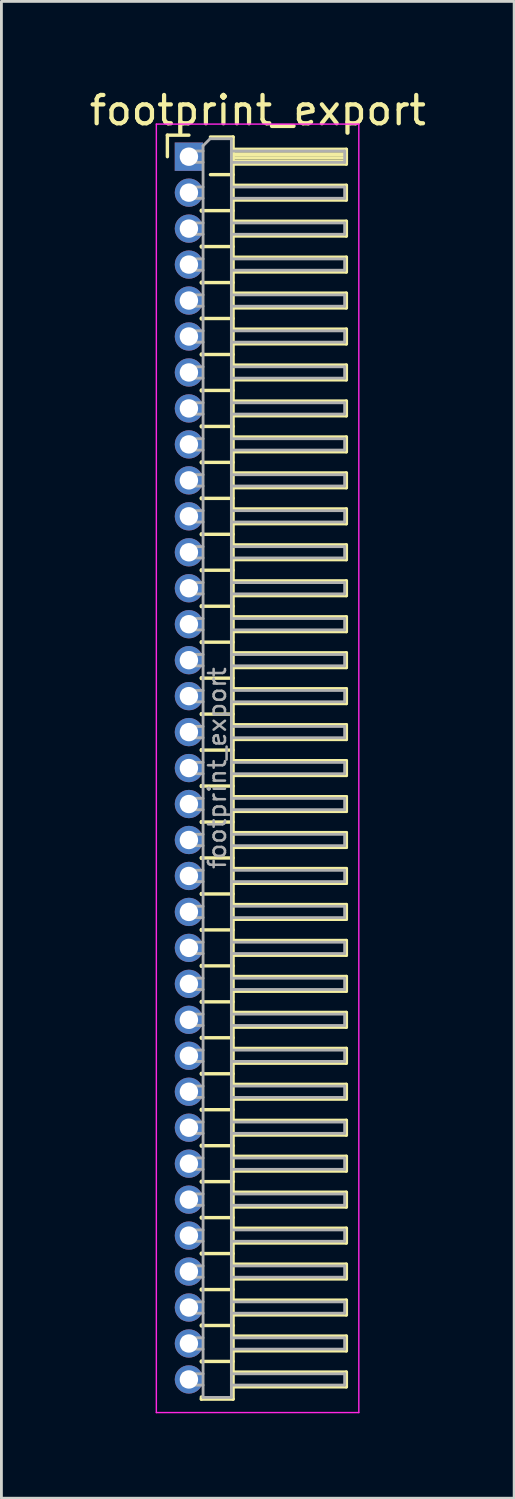
<source format=kicad_pcb>
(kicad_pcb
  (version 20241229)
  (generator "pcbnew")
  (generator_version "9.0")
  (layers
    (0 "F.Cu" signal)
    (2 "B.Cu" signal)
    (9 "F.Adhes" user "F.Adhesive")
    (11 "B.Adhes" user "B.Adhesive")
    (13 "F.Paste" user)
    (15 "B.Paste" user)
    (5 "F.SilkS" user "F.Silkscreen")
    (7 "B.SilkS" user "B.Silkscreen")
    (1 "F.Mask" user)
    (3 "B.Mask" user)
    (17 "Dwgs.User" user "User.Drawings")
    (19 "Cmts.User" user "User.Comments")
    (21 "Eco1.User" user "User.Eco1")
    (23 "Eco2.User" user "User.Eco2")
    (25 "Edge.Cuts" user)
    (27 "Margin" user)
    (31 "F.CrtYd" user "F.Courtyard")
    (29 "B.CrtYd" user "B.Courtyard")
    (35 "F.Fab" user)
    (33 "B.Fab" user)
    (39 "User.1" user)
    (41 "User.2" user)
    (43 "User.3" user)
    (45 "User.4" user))
  (footprint "footprint_export"
    (layer "F.Cu")
    (at 3.621 2.483)
    (property "Reference" "footprint_export" (at 2.433 -1.635 0) (layer "F.SilkS") (effects (font (size 1 1) (thickness 0.15))))
    (attr through_hole)
    (fp_line (start -0.76 -0.76) (end 0 -0.76) (stroke (width 0.12) (type solid)) (layer "F.SilkS"))
    (fp_line (start -0.76 0) (end -0.76 -0.76) (stroke (width 0.12) (type solid)) (layer "F.SilkS"))
    (fp_line (start 0.44 1.89) (end 0.44 1.92) (stroke (width 0.12) (type solid)) (layer "F.SilkS"))
    (fp_line (start 0.44 1.905) (end 1.56 1.905) (stroke (width 0.12) (type solid)) (layer "F.SilkS"))
    (fp_line (start 0.44 3.16) (end 0.44 3.19) (stroke (width 0.12) (type solid)) (layer "F.SilkS"))
    (fp_line (start 0.44 3.175) (end 1.56 3.175) (stroke (width 0.12) (type solid)) (layer "F.SilkS"))
    (fp_line (start 0.44 4.43) (end 0.44 4.46) (stroke (width 0.12) (type solid)) (layer "F.SilkS"))
    (fp_line (start 0.44 4.445) (end 1.56 4.445) (stroke (width 0.12) (type solid)) (layer "F.SilkS"))
    (fp_line (start 0.44 5.7) (end 0.44 5.73) (stroke (width 0.12) (type solid)) (layer "F.SilkS"))
    (fp_line (start 0.44 5.715) (end 1.56 5.715) (stroke (width 0.12) (type solid)) (layer "F.SilkS"))
    (fp_line (start 0.44 6.97) (end 0.44 7) (stroke (width 0.12) (type solid)) (layer "F.SilkS"))
    (fp_line (start 0.44 6.985) (end 1.56 6.985) (stroke (width 0.12) (type solid)) (layer "F.SilkS"))
    (fp_line (start 0.44 8.24) (end 0.44 8.27) (stroke (width 0.12) (type solid)) (layer "F.SilkS"))
    (fp_line (start 0.44 8.255) (end 1.56 8.255) (stroke (width 0.12) (type solid)) (layer "F.SilkS"))
    (fp_line (start 0.44 9.51) (end 0.44 9.54) (stroke (width 0.12) (type solid)) (layer "F.SilkS"))
    (fp_line (start 0.44 9.525) (end 1.56 9.525) (stroke (width 0.12) (type solid)) (layer "F.SilkS"))
    (fp_line (start 0.44 10.78) (end 0.44 10.81) (stroke (width 0.12) (type solid)) (layer "F.SilkS"))
    (fp_line (start 0.44 10.795) (end 1.56 10.795) (stroke (width 0.12) (type solid)) (layer "F.SilkS"))
    (fp_line (start 0.44 12.05) (end 0.44 12.08) (stroke (width 0.12) (type solid)) (layer "F.SilkS"))
    (fp_line (start 0.44 12.065) (end 1.56 12.065) (stroke (width 0.12) (type solid)) (layer "F.SilkS"))
    (fp_line (start 0.44 13.32) (end 0.44 13.35) (stroke (width 0.12) (type solid)) (layer "F.SilkS"))
    (fp_line (start 0.44 13.335) (end 1.56 13.335) (stroke (width 0.12) (type solid)) (layer "F.SilkS"))
    (fp_line (start 0.44 14.59) (end 0.44 14.62) (stroke (width 0.12) (type solid)) (layer "F.SilkS"))
    (fp_line (start 0.44 14.605) (end 1.56 14.605) (stroke (width 0.12) (type solid)) (layer "F.SilkS"))
    (fp_line (start 0.44 15.86) (end 0.44 15.89) (stroke (width 0.12) (type solid)) (layer "F.SilkS"))
    (fp_line (start 0.44 15.875) (end 1.56 15.875) (stroke (width 0.12) (type solid)) (layer "F.SilkS"))
    (fp_line (start 0.44 17.13) (end 0.44 17.16) (stroke (width 0.12) (type solid)) (layer "F.SilkS"))
    (fp_line (start 0.44 17.145) (end 1.56 17.145) (stroke (width 0.12) (type solid)) (layer "F.SilkS"))
    (fp_line (start 0.44 18.4) (end 0.44 18.43) (stroke (width 0.12) (type solid)) (layer "F.SilkS"))
    (fp_line (start 0.44 18.415) (end 1.56 18.415) (stroke (width 0.12) (type solid)) (layer "F.SilkS"))
    (fp_line (start 0.44 19.67) (end 0.44 19.7) (stroke (width 0.12) (type solid)) (layer "F.SilkS"))
    (fp_line (start 0.44 19.685) (end 1.56 19.685) (stroke (width 0.12) (type solid)) (layer "F.SilkS"))
    (fp_line (start 0.44 20.94) (end 0.44 20.97) (stroke (width 0.12) (type solid)) (layer "F.SilkS"))
    (fp_line (start 0.44 20.955) (end 1.56 20.955) (stroke (width 0.12) (type solid)) (layer "F.SilkS"))
    (fp_line (start 0.44 22.21) (end 0.44 22.24) (stroke (width 0.12) (type solid)) (layer "F.SilkS"))
    (fp_line (start 0.44 22.225) (end 1.56 22.225) (stroke (width 0.12) (type solid)) (layer "F.SilkS"))
    (fp_line (start 0.44 23.48) (end 0.44 23.51) (stroke (width 0.12) (type solid)) (layer "F.SilkS"))
    (fp_line (start 0.44 23.495) (end 1.56 23.495) (stroke (width 0.12) (type solid)) (layer "F.SilkS"))
    (fp_line (start 0.44 24.75) (end 0.44 24.78) (stroke (width 0.12) (type solid)) (layer "F.SilkS"))
    (fp_line (start 0.44 24.765) (end 1.56 24.765) (stroke (width 0.12) (type solid)) (layer "F.SilkS"))
    (fp_line (start 0.44 26.02) (end 0.44 26.05) (stroke (width 0.12) (type solid)) (layer "F.SilkS"))
    (fp_line (start 0.44 26.035) (end 1.56 26.035) (stroke (width 0.12) (type solid)) (layer "F.SilkS"))
    (fp_line (start 0.44 27.29) (end 0.44 27.32) (stroke (width 0.12) (type solid)) (layer "F.SilkS"))
    (fp_line (start 0.44 27.305) (end 1.56 27.305) (stroke (width 0.12) (type solid)) (layer "F.SilkS"))
    (fp_line (start 0.44 28.56) (end 0.44 28.59) (stroke (width 0.12) (type solid)) (layer "F.SilkS"))
    (fp_line (start 0.44 28.575) (end 1.56 28.575) (stroke (width 0.12) (type solid)) (layer "F.SilkS"))
    (fp_line (start 0.44 29.83) (end 0.44 29.86) (stroke (width 0.12) (type solid)) (layer "F.SilkS"))
    (fp_line (start 0.44 29.845) (end 1.56 29.845) (stroke (width 0.12) (type solid)) (layer "F.SilkS"))
    (fp_line (start 0.44 31.1) (end 0.44 31.13) (stroke (width 0.12) (type solid)) (layer "F.SilkS"))
    (fp_line (start 0.44 31.115) (end 1.56 31.115) (stroke (width 0.12) (type solid)) (layer "F.SilkS"))
    (fp_line (start 0.44 32.37) (end 0.44 32.4) (stroke (width 0.12) (type solid)) (layer "F.SilkS"))
    (fp_line (start 0.44 32.385) (end 1.56 32.385) (stroke (width 0.12) (type solid)) (layer "F.SilkS"))
    (fp_line (start 0.44 33.64) (end 0.44 33.67) (stroke (width 0.12) (type solid)) (layer "F.SilkS"))
    (fp_line (start 0.44 33.655) (end 1.56 33.655) (stroke (width 0.12) (type solid)) (layer "F.SilkS"))
    (fp_line (start 0.44 34.91) (end 0.44 34.94) (stroke (width 0.12) (type solid)) (layer "F.SilkS"))
    (fp_line (start 0.44 34.925) (end 1.56 34.925) (stroke (width 0.12) (type solid)) (layer "F.SilkS"))
    (fp_line (start 0.44 36.18) (end 0.44 36.21) (stroke (width 0.12) (type solid)) (layer "F.SilkS"))
    (fp_line (start 0.44 36.195) (end 1.56 36.195) (stroke (width 0.12) (type solid)) (layer "F.SilkS"))
    (fp_line (start 0.44 37.45) (end 0.44 37.48) (stroke (width 0.12) (type solid)) (layer "F.SilkS"))
    (fp_line (start 0.44 37.465) (end 1.56 37.465) (stroke (width 0.12) (type solid)) (layer "F.SilkS"))
    (fp_line (start 0.44 38.72) (end 0.44 38.75) (stroke (width 0.12) (type solid)) (layer "F.SilkS"))
    (fp_line (start 0.44 38.735) (end 1.56 38.735) (stroke (width 0.12) (type solid)) (layer "F.SilkS"))
    (fp_line (start 0.44 39.99) (end 0.44 40.02) (stroke (width 0.12) (type solid)) (layer "F.SilkS"))
    (fp_line (start 0.44 40.005) (end 1.56 40.005) (stroke (width 0.12) (type solid)) (layer "F.SilkS"))
    (fp_line (start 0.44 41.26) (end 0.44 41.29) (stroke (width 0.12) (type solid)) (layer "F.SilkS"))
    (fp_line (start 0.44 41.275) (end 1.56 41.275) (stroke (width 0.12) (type solid)) (layer "F.SilkS"))
    (fp_line (start 0.44 42.53) (end 0.44 42.56) (stroke (width 0.12) (type solid)) (layer "F.SilkS"))
    (fp_line (start 0.44 42.545) (end 1.56 42.545) (stroke (width 0.12) (type solid)) (layer "F.SilkS"))
    (fp_line (start 0.44 43.875) (end 0.44 43.8) (stroke (width 0.12) (type solid)) (layer "F.SilkS"))
    (fp_line (start 0.76 -0.695) (end 1.56 -0.695) (stroke (width 0.12) (type solid)) (layer "F.SilkS"))
    (fp_line (start 0.76 0.635) (end 1.56 0.635) (stroke (width 0.12) (type solid)) (layer "F.SilkS"))
    (fp_line (start 1.56 -0.695) (end 1.56 43.875) (stroke (width 0.12) (type solid)) (layer "F.SilkS"))
    (fp_line (start 1.56 -0.26) (end 5.56 -0.26) (stroke (width 0.12) (type solid)) (layer "F.SilkS"))
    (fp_line (start 1.56 -0.2) (end 5.56 -0.2) (stroke (width 0.12) (type solid)) (layer "F.SilkS"))
    (fp_line (start 1.56 -0.08) (end 5.56 -0.08) (stroke (width 0.12) (type solid)) (layer "F.SilkS"))
    (fp_line (start 1.56 0.04) (end 5.56 0.04) (stroke (width 0.12) (type solid)) (layer "F.SilkS"))
    (fp_line (start 1.56 0.16) (end 5.56 0.16) (stroke (width 0.12) (type solid)) (layer "F.SilkS"))
    (fp_line (start 1.56 1.01) (end 5.56 1.01) (stroke (width 0.12) (type solid)) (layer "F.SilkS"))
    (fp_line (start 1.56 2.28) (end 5.56 2.28) (stroke (width 0.12) (type solid)) (layer "F.SilkS"))
    (fp_line (start 1.56 3.55) (end 5.56 3.55) (stroke (width 0.12) (type solid)) (layer "F.SilkS"))
    (fp_line (start 1.56 4.82) (end 5.56 4.82) (stroke (width 0.12) (type solid)) (layer "F.SilkS"))
    (fp_line (start 1.56 6.09) (end 5.56 6.09) (stroke (width 0.12) (type solid)) (layer "F.SilkS"))
    (fp_line (start 1.56 7.36) (end 5.56 7.36) (stroke (width 0.12) (type solid)) (layer "F.SilkS"))
    (fp_line (start 1.56 8.63) (end 5.56 8.63) (stroke (width 0.12) (type solid)) (layer "F.SilkS"))
    (fp_line (start 1.56 9.9) (end 5.56 9.9) (stroke (width 0.12) (type solid)) (layer "F.SilkS"))
    (fp_line (start 1.56 11.17) (end 5.56 11.17) (stroke (width 0.12) (type solid)) (layer "F.SilkS"))
    (fp_line (start 1.56 12.44) (end 5.56 12.44) (stroke (width 0.12) (type solid)) (layer "F.SilkS"))
    (fp_line (start 1.56 13.71) (end 5.56 13.71) (stroke (width 0.12) (type solid)) (layer "F.SilkS"))
    (fp_line (start 1.56 14.98) (end 5.56 14.98) (stroke (width 0.12) (type solid)) (layer "F.SilkS"))
    (fp_line (start 1.56 16.25) (end 5.56 16.25) (stroke (width 0.12) (type solid)) (layer "F.SilkS"))
    (fp_line (start 1.56 17.52) (end 5.56 17.52) (stroke (width 0.12) (type solid)) (layer "F.SilkS"))
    (fp_line (start 1.56 18.79) (end 5.56 18.79) (stroke (width 0.12) (type solid)) (layer "F.SilkS"))
    (fp_line (start 1.56 20.06) (end 5.56 20.06) (stroke (width 0.12) (type solid)) (layer "F.SilkS"))
    (fp_line (start 1.56 21.33) (end 5.56 21.33) (stroke (width 0.12) (type solid)) (layer "F.SilkS"))
    (fp_line (start 1.56 22.6) (end 5.56 22.6) (stroke (width 0.12) (type solid)) (layer "F.SilkS"))
    (fp_line (start 1.56 23.87) (end 5.56 23.87) (stroke (width 0.12) (type solid)) (layer "F.SilkS"))
    (fp_line (start 1.56 25.14) (end 5.56 25.14) (stroke (width 0.12) (type solid)) (layer "F.SilkS"))
    (fp_line (start 1.56 26.41) (end 5.56 26.41) (stroke (width 0.12) (type solid)) (layer "F.SilkS"))
    (fp_line (start 1.56 27.68) (end 5.56 27.68) (stroke (width 0.12) (type solid)) (layer "F.SilkS"))
    (fp_line (start 1.56 28.95) (end 5.56 28.95) (stroke (width 0.12) (type solid)) (layer "F.SilkS"))
    (fp_line (start 1.56 30.22) (end 5.56 30.22) (stroke (width 0.12) (type solid)) (layer "F.SilkS"))
    (fp_line (start 1.56 31.49) (end 5.56 31.49) (stroke (width 0.12) (type solid)) (layer "F.SilkS"))
    (fp_line (start 1.56 32.76) (end 5.56 32.76) (stroke (width 0.12) (type solid)) (layer "F.SilkS"))
    (fp_line (start 1.56 34.03) (end 5.56 34.03) (stroke (width 0.12) (type solid)) (layer "F.SilkS"))
    (fp_line (start 1.56 35.3) (end 5.56 35.3) (stroke (width 0.12) (type solid)) (layer "F.SilkS"))
    (fp_line (start 1.56 36.57) (end 5.56 36.57) (stroke (width 0.12) (type solid)) (layer "F.SilkS"))
    (fp_line (start 1.56 37.84) (end 5.56 37.84) (stroke (width 0.12) (type solid)) (layer "F.SilkS"))
    (fp_line (start 1.56 39.11) (end 5.56 39.11) (stroke (width 0.12) (type solid)) (layer "F.SilkS"))
    (fp_line (start 1.56 40.38) (end 5.56 40.38) (stroke (width 0.12) (type solid)) (layer "F.SilkS"))
    (fp_line (start 1.56 41.65) (end 5.56 41.65) (stroke (width 0.12) (type solid)) (layer "F.SilkS"))
    (fp_line (start 1.56 42.92) (end 5.56 42.92) (stroke (width 0.12) (type solid)) (layer "F.SilkS"))
    (fp_line (start 1.56 43.875) (end 0.44 43.875) (stroke (width 0.12) (type solid)) (layer "F.SilkS"))
    (fp_line (start 5.56 -0.26) (end 5.56 0.26) (stroke (width 0.12) (type solid)) (layer "F.SilkS"))
    (fp_line (start 5.56 0.26) (end 1.56 0.26) (stroke (width 0.12) (type solid)) (layer "F.SilkS"))
    (fp_line (start 5.56 1.01) (end 5.56 1.53) (stroke (width 0.12) (type solid)) (layer "F.SilkS"))
    (fp_line (start 5.56 1.53) (end 1.56 1.53) (stroke (width 0.12) (type solid)) (layer "F.SilkS"))
    (fp_line (start 5.56 2.28) (end 5.56 2.8) (stroke (width 0.12) (type solid)) (layer "F.SilkS"))
    (fp_line (start 5.56 2.8) (end 1.56 2.8) (stroke (width 0.12) (type solid)) (layer "F.SilkS"))
    (fp_line (start 5.56 3.55) (end 5.56 4.07) (stroke (width 0.12) (type solid)) (layer "F.SilkS"))
    (fp_line (start 5.56 4.07) (end 1.56 4.07) (stroke (width 0.12) (type solid)) (layer "F.SilkS"))
    (fp_line (start 5.56 4.82) (end 5.56 5.34) (stroke (width 0.12) (type solid)) (layer "F.SilkS"))
    (fp_line (start 5.56 5.34) (end 1.56 5.34) (stroke (width 0.12) (type solid)) (layer "F.SilkS"))
    (fp_line (start 5.56 6.09) (end 5.56 6.61) (stroke (width 0.12) (type solid)) (layer "F.SilkS"))
    (fp_line (start 5.56 6.61) (end 1.56 6.61) (stroke (width 0.12) (type solid)) (layer "F.SilkS"))
    (fp_line (start 5.56 7.36) (end 5.56 7.88) (stroke (width 0.12) (type solid)) (layer "F.SilkS"))
    (fp_line (start 5.56 7.88) (end 1.56 7.88) (stroke (width 0.12) (type solid)) (layer "F.SilkS"))
    (fp_line (start 5.56 8.63) (end 5.56 9.15) (stroke (width 0.12) (type solid)) (layer "F.SilkS"))
    (fp_line (start 5.56 9.15) (end 1.56 9.15) (stroke (width 0.12) (type solid)) (layer "F.SilkS"))
    (fp_line (start 5.56 9.9) (end 5.56 10.42) (stroke (width 0.12) (type solid)) (layer "F.SilkS"))
    (fp_line (start 5.56 10.42) (end 1.56 10.42) (stroke (width 0.12) (type solid)) (layer "F.SilkS"))
    (fp_line (start 5.56 11.17) (end 5.56 11.69) (stroke (width 0.12) (type solid)) (layer "F.SilkS"))
    (fp_line (start 5.56 11.69) (end 1.56 11.69) (stroke (width 0.12) (type solid)) (layer "F.SilkS"))
    (fp_line (start 5.56 12.44) (end 5.56 12.96) (stroke (width 0.12) (type solid)) (layer "F.SilkS"))
    (fp_line (start 5.56 12.96) (end 1.56 12.96) (stroke (width 0.12) (type solid)) (layer "F.SilkS"))
    (fp_line (start 5.56 13.71) (end 5.56 14.23) (stroke (width 0.12) (type solid)) (layer "F.SilkS"))
    (fp_line (start 5.56 14.23) (end 1.56 14.23) (stroke (width 0.12) (type solid)) (layer "F.SilkS"))
    (fp_line (start 5.56 14.98) (end 5.56 15.5) (stroke (width 0.12) (type solid)) (layer "F.SilkS"))
    (fp_line (start 5.56 15.5) (end 1.56 15.5) (stroke (width 0.12) (type solid)) (layer "F.SilkS"))
    (fp_line (start 5.56 16.25) (end 5.56 16.77) (stroke (width 0.12) (type solid)) (layer "F.SilkS"))
    (fp_line (start 5.56 16.77) (end 1.56 16.77) (stroke (width 0.12) (type solid)) (layer "F.SilkS"))
    (fp_line (start 5.56 17.52) (end 5.56 18.04) (stroke (width 0.12) (type solid)) (layer "F.SilkS"))
    (fp_line (start 5.56 18.04) (end 1.56 18.04) (stroke (width 0.12) (type solid)) (layer "F.SilkS"))
    (fp_line (start 5.56 18.79) (end 5.56 19.31) (stroke (width 0.12) (type solid)) (layer "F.SilkS"))
    (fp_line (start 5.56 19.31) (end 1.56 19.31) (stroke (width 0.12) (type solid)) (layer "F.SilkS"))
    (fp_line (start 5.56 20.06) (end 5.56 20.58) (stroke (width 0.12) (type solid)) (layer "F.SilkS"))
    (fp_line (start 5.56 20.58) (end 1.56 20.58) (stroke (width 0.12) (type solid)) (layer "F.SilkS"))
    (fp_line (start 5.56 21.33) (end 5.56 21.85) (stroke (width 0.12) (type solid)) (layer "F.SilkS"))
    (fp_line (start 5.56 21.85) (end 1.56 21.85) (stroke (width 0.12) (type solid)) (layer "F.SilkS"))
    (fp_line (start 5.56 22.6) (end 5.56 23.12) (stroke (width 0.12) (type solid)) (layer "F.SilkS"))
    (fp_line (start 5.56 23.12) (end 1.56 23.12) (stroke (width 0.12) (type solid)) (layer "F.SilkS"))
    (fp_line (start 5.56 23.87) (end 5.56 24.39) (stroke (width 0.12) (type solid)) (layer "F.SilkS"))
    (fp_line (start 5.56 24.39) (end 1.56 24.39) (stroke (width 0.12) (type solid)) (layer "F.SilkS"))
    (fp_line (start 5.56 25.14) (end 5.56 25.66) (stroke (width 0.12) (type solid)) (layer "F.SilkS"))
    (fp_line (start 5.56 25.66) (end 1.56 25.66) (stroke (width 0.12) (type solid)) (layer "F.SilkS"))
    (fp_line (start 5.56 26.41) (end 5.56 26.93) (stroke (width 0.12) (type solid)) (layer "F.SilkS"))
    (fp_line (start 5.56 26.93) (end 1.56 26.93) (stroke (width 0.12) (type solid)) (layer "F.SilkS"))
    (fp_line (start 5.56 27.68) (end 5.56 28.2) (stroke (width 0.12) (type solid)) (layer "F.SilkS"))
    (fp_line (start 5.56 28.2) (end 1.56 28.2) (stroke (width 0.12) (type solid)) (layer "F.SilkS"))
    (fp_line (start 5.56 28.95) (end 5.56 29.47) (stroke (width 0.12) (type solid)) (layer "F.SilkS"))
    (fp_line (start 5.56 29.47) (end 1.56 29.47) (stroke (width 0.12) (type solid)) (layer "F.SilkS"))
    (fp_line (start 5.56 30.22) (end 5.56 30.74) (stroke (width 0.12) (type solid)) (layer "F.SilkS"))
    (fp_line (start 5.56 30.74) (end 1.56 30.74) (stroke (width 0.12) (type solid)) (layer "F.SilkS"))
    (fp_line (start 5.56 31.49) (end 5.56 32.01) (stroke (width 0.12) (type solid)) (layer "F.SilkS"))
    (fp_line (start 5.56 32.01) (end 1.56 32.01) (stroke (width 0.12) (type solid)) (layer "F.SilkS"))
    (fp_line (start 5.56 32.76) (end 5.56 33.28) (stroke (width 0.12) (type solid)) (layer "F.SilkS"))
    (fp_line (start 5.56 33.28) (end 1.56 33.28) (stroke (width 0.12) (type solid)) (layer "F.SilkS"))
    (fp_line (start 5.56 34.03) (end 5.56 34.55) (stroke (width 0.12) (type solid)) (layer "F.SilkS"))
    (fp_line (start 5.56 34.55) (end 1.56 34.55) (stroke (width 0.12) (type solid)) (layer "F.SilkS"))
    (fp_line (start 5.56 35.3) (end 5.56 35.82) (stroke (width 0.12) (type solid)) (layer "F.SilkS"))
    (fp_line (start 5.56 35.82) (end 1.56 35.82) (stroke (width 0.12) (type solid)) (layer "F.SilkS"))
    (fp_line (start 5.56 36.57) (end 5.56 37.09) (stroke (width 0.12) (type solid)) (layer "F.SilkS"))
    (fp_line (start 5.56 37.09) (end 1.56 37.09) (stroke (width 0.12) (type solid)) (layer "F.SilkS"))
    (fp_line (start 5.56 37.84) (end 5.56 38.36) (stroke (width 0.12) (type solid)) (layer "F.SilkS"))
    (fp_line (start 5.56 38.36) (end 1.56 38.36) (stroke (width 0.12) (type solid)) (layer "F.SilkS"))
    (fp_line (start 5.56 39.11) (end 5.56 39.63) (stroke (width 0.12) (type solid)) (layer "F.SilkS"))
    (fp_line (start 5.56 39.63) (end 1.56 39.63) (stroke (width 0.12) (type solid)) (layer "F.SilkS"))
    (fp_line (start 5.56 40.38) (end 5.56 40.9) (stroke (width 0.12) (type solid)) (layer "F.SilkS"))
    (fp_line (start 5.56 40.9) (end 1.56 40.9) (stroke (width 0.12) (type solid)) (layer "F.SilkS"))
    (fp_line (start 5.56 41.65) (end 5.56 42.17) (stroke (width 0.12) (type solid)) (layer "F.SilkS"))
    (fp_line (start 5.56 42.17) (end 1.56 42.17) (stroke (width 0.12) (type solid)) (layer "F.SilkS"))
    (fp_line (start 5.56 42.92) (end 5.56 43.44) (stroke (width 0.12) (type solid)) (layer "F.SilkS"))
    (fp_line (start 5.56 43.44) (end 1.56 43.44) (stroke (width 0.12) (type solid)) (layer "F.SilkS"))
    (fp_line (start -1.15 -1.15) (end -1.15 44.35) (stroke (width 0.05) (type solid)) (layer "F.CrtYd"))
    (fp_line (start -1.15 44.35) (end 6 44.35) (stroke (width 0.05) (type solid)) (layer "F.CrtYd"))
    (fp_line (start 6 -1.15) (end -1.15 -1.15) (stroke (width 0.05) (type solid)) (layer "F.CrtYd"))
    (fp_line (start 6 44.35) (end 6 -1.15) (stroke (width 0.05) (type solid)) (layer "F.CrtYd"))
    (fp_line (start -0.2 -0.2) (end -0.2 0.2) (stroke (width 0.1) (type solid)) (layer "F.Fab"))
    (fp_line (start -0.2 -0.2) (end 0.5 -0.2) (stroke (width 0.1) (type solid)) (layer "F.Fab"))
    (fp_line (start -0.2 0.2) (end 0.5 0.2) (stroke (width 0.1) (type solid)) (layer "F.Fab"))
    (fp_line (start -0.2 1.07) (end -0.2 1.47) (stroke (width 0.1) (type solid)) (layer "F.Fab"))
    (fp_line (start -0.2 1.07) (end 0.5 1.07) (stroke (width 0.1) (type solid)) (layer "F.Fab"))
    (fp_line (start -0.2 1.47) (end 0.5 1.47) (stroke (width 0.1) (type solid)) (layer "F.Fab"))
    (fp_line (start -0.2 2.34) (end -0.2 2.74) (stroke (width 0.1) (type solid)) (layer "F.Fab"))
    (fp_line (start -0.2 2.34) (end 0.5 2.34) (stroke (width 0.1) (type solid)) (layer "F.Fab"))
    (fp_line (start -0.2 2.74) (end 0.5 2.74) (stroke (width 0.1) (type solid)) (layer "F.Fab"))
    (fp_line (start -0.2 3.61) (end -0.2 4.01) (stroke (width 0.1) (type solid)) (layer "F.Fab"))
    (fp_line (start -0.2 3.61) (end 0.5 3.61) (stroke (width 0.1) (type solid)) (layer "F.Fab"))
    (fp_line (start -0.2 4.01) (end 0.5 4.01) (stroke (width 0.1) (type solid)) (layer "F.Fab"))
    (fp_line (start -0.2 4.88) (end -0.2 5.28) (stroke (width 0.1) (type solid)) (layer "F.Fab"))
    (fp_line (start -0.2 4.88) (end 0.5 4.88) (stroke (width 0.1) (type solid)) (layer "F.Fab"))
    (fp_line (start -0.2 5.28) (end 0.5 5.28) (stroke (width 0.1) (type solid)) (layer "F.Fab"))
    (fp_line (start -0.2 6.15) (end -0.2 6.55) (stroke (width 0.1) (type solid)) (layer "F.Fab"))
    (fp_line (start -0.2 6.15) (end 0.5 6.15) (stroke (width 0.1) (type solid)) (layer "F.Fab"))
    (fp_line (start -0.2 6.55) (end 0.5 6.55) (stroke (width 0.1) (type solid)) (layer "F.Fab"))
    (fp_line (start -0.2 7.42) (end -0.2 7.82) (stroke (width 0.1) (type solid)) (layer "F.Fab"))
    (fp_line (start -0.2 7.42) (end 0.5 7.42) (stroke (width 0.1) (type solid)) (layer "F.Fab"))
    (fp_line (start -0.2 7.82) (end 0.5 7.82) (stroke (width 0.1) (type solid)) (layer "F.Fab"))
    (fp_line (start -0.2 8.69) (end -0.2 9.09) (stroke (width 0.1) (type solid)) (layer "F.Fab"))
    (fp_line (start -0.2 8.69) (end 0.5 8.69) (stroke (width 0.1) (type solid)) (layer "F.Fab"))
    (fp_line (start -0.2 9.09) (end 0.5 9.09) (stroke (width 0.1) (type solid)) (layer "F.Fab"))
    (fp_line (start -0.2 9.96) (end -0.2 10.36) (stroke (width 0.1) (type solid)) (layer "F.Fab"))
    (fp_line (start -0.2 9.96) (end 0.5 9.96) (stroke (width 0.1) (type solid)) (layer "F.Fab"))
    (fp_line (start -0.2 10.36) (end 0.5 10.36) (stroke (width 0.1) (type solid)) (layer "F.Fab"))
    (fp_line (start -0.2 11.23) (end -0.2 11.63) (stroke (width 0.1) (type solid)) (layer "F.Fab"))
    (fp_line (start -0.2 11.23) (end 0.5 11.23) (stroke (width 0.1) (type solid)) (layer "F.Fab"))
    (fp_line (start -0.2 11.63) (end 0.5 11.63) (stroke (width 0.1) (type solid)) (layer "F.Fab"))
    (fp_line (start -0.2 12.5) (end -0.2 12.9) (stroke (width 0.1) (type solid)) (layer "F.Fab"))
    (fp_line (start -0.2 12.5) (end 0.5 12.5) (stroke (width 0.1) (type solid)) (layer "F.Fab"))
    (fp_line (start -0.2 12.9) (end 0.5 12.9) (stroke (width 0.1) (type solid)) (layer "F.Fab"))
    (fp_line (start -0.2 13.77) (end -0.2 14.17) (stroke (width 0.1) (type solid)) (layer "F.Fab"))
    (fp_line (start -0.2 13.77) (end 0.5 13.77) (stroke (width 0.1) (type solid)) (layer "F.Fab"))
    (fp_line (start -0.2 14.17) (end 0.5 14.17) (stroke (width 0.1) (type solid)) (layer "F.Fab"))
    (fp_line (start -0.2 15.04) (end -0.2 15.44) (stroke (width 0.1) (type solid)) (layer "F.Fab"))
    (fp_line (start -0.2 15.04) (end 0.5 15.04) (stroke (width 0.1) (type solid)) (layer "F.Fab"))
    (fp_line (start -0.2 15.44) (end 0.5 15.44) (stroke (width 0.1) (type solid)) (layer "F.Fab"))
    (fp_line (start -0.2 16.31) (end -0.2 16.71) (stroke (width 0.1) (type solid)) (layer "F.Fab"))
    (fp_line (start -0.2 16.31) (end 0.5 16.31) (stroke (width 0.1) (type solid)) (layer "F.Fab"))
    (fp_line (start -0.2 16.71) (end 0.5 16.71) (stroke (width 0.1) (type solid)) (layer "F.Fab"))
    (fp_line (start -0.2 17.58) (end -0.2 17.98) (stroke (width 0.1) (type solid)) (layer "F.Fab"))
    (fp_line (start -0.2 17.58) (end 0.5 17.58) (stroke (width 0.1) (type solid)) (layer "F.Fab"))
    (fp_line (start -0.2 17.98) (end 0.5 17.98) (stroke (width 0.1) (type solid)) (layer "F.Fab"))
    (fp_line (start -0.2 18.85) (end -0.2 19.25) (stroke (width 0.1) (type solid)) (layer "F.Fab"))
    (fp_line (start -0.2 18.85) (end 0.5 18.85) (stroke (width 0.1) (type solid)) (layer "F.Fab"))
    (fp_line (start -0.2 19.25) (end 0.5 19.25) (stroke (width 0.1) (type solid)) (layer "F.Fab"))
    (fp_line (start -0.2 20.12) (end -0.2 20.52) (stroke (width 0.1) (type solid)) (layer "F.Fab"))
    (fp_line (start -0.2 20.12) (end 0.5 20.12) (stroke (width 0.1) (type solid)) (layer "F.Fab"))
    (fp_line (start -0.2 20.52) (end 0.5 20.52) (stroke (width 0.1) (type solid)) (layer "F.Fab"))
    (fp_line (start -0.2 21.39) (end -0.2 21.79) (stroke (width 0.1) (type solid)) (layer "F.Fab"))
    (fp_line (start -0.2 21.39) (end 0.5 21.39) (stroke (width 0.1) (type solid)) (layer "F.Fab"))
    (fp_line (start -0.2 21.79) (end 0.5 21.79) (stroke (width 0.1) (type solid)) (layer "F.Fab"))
    (fp_line (start -0.2 22.66) (end -0.2 23.06) (stroke (width 0.1) (type solid)) (layer "F.Fab"))
    (fp_line (start -0.2 22.66) (end 0.5 22.66) (stroke (width 0.1) (type solid)) (layer "F.Fab"))
    (fp_line (start -0.2 23.06) (end 0.5 23.06) (stroke (width 0.1) (type solid)) (layer "F.Fab"))
    (fp_line (start -0.2 23.93) (end -0.2 24.33) (stroke (width 0.1) (type solid)) (layer "F.Fab"))
    (fp_line (start -0.2 23.93) (end 0.5 23.93) (stroke (width 0.1) (type solid)) (layer "F.Fab"))
    (fp_line (start -0.2 24.33) (end 0.5 24.33) (stroke (width 0.1) (type solid)) (layer "F.Fab"))
    (fp_line (start -0.2 25.2) (end -0.2 25.6) (stroke (width 0.1) (type solid)) (layer "F.Fab"))
    (fp_line (start -0.2 25.2) (end 0.5 25.2) (stroke (width 0.1) (type solid)) (layer "F.Fab"))
    (fp_line (start -0.2 25.6) (end 0.5 25.6) (stroke (width 0.1) (type solid)) (layer "F.Fab"))
    (fp_line (start -0.2 26.47) (end -0.2 26.87) (stroke (width 0.1) (type solid)) (layer "F.Fab"))
    (fp_line (start -0.2 26.47) (end 0.5 26.47) (stroke (width 0.1) (type solid)) (layer "F.Fab"))
    (fp_line (start -0.2 26.87) (end 0.5 26.87) (stroke (width 0.1) (type solid)) (layer "F.Fab"))
    (fp_line (start -0.2 27.74) (end -0.2 28.14) (stroke (width 0.1) (type solid)) (layer "F.Fab"))
    (fp_line (start -0.2 27.74) (end 0.5 27.74) (stroke (width 0.1) (type solid)) (layer "F.Fab"))
    (fp_line (start -0.2 28.14) (end 0.5 28.14) (stroke (width 0.1) (type solid)) (layer "F.Fab"))
    (fp_line (start -0.2 29.01) (end -0.2 29.41) (stroke (width 0.1) (type solid)) (layer "F.Fab"))
    (fp_line (start -0.2 29.01) (end 0.5 29.01) (stroke (width 0.1) (type solid)) (layer "F.Fab"))
    (fp_line (start -0.2 29.41) (end 0.5 29.41) (stroke (width 0.1) (type solid)) (layer "F.Fab"))
    (fp_line (start -0.2 30.28) (end -0.2 30.68) (stroke (width 0.1) (type solid)) (layer "F.Fab"))
    (fp_line (start -0.2 30.28) (end 0.5 30.28) (stroke (width 0.1) (type solid)) (layer "F.Fab"))
    (fp_line (start -0.2 30.68) (end 0.5 30.68) (stroke (width 0.1) (type solid)) (layer "F.Fab"))
    (fp_line (start -0.2 31.55) (end -0.2 31.95) (stroke (width 0.1) (type solid)) (layer "F.Fab"))
    (fp_line (start -0.2 31.55) (end 0.5 31.55) (stroke (width 0.1) (type solid)) (layer "F.Fab"))
    (fp_line (start -0.2 31.95) (end 0.5 31.95) (stroke (width 0.1) (type solid)) (layer "F.Fab"))
    (fp_line (start -0.2 32.82) (end -0.2 33.22) (stroke (width 0.1) (type solid)) (layer "F.Fab"))
    (fp_line (start -0.2 32.82) (end 0.5 32.82) (stroke (width 0.1) (type solid)) (layer "F.Fab"))
    (fp_line (start -0.2 33.22) (end 0.5 33.22) (stroke (width 0.1) (type solid)) (layer "F.Fab"))
    (fp_line (start -0.2 34.09) (end -0.2 34.49) (stroke (width 0.1) (type solid)) (layer "F.Fab"))
    (fp_line (start -0.2 34.09) (end 0.5 34.09) (stroke (width 0.1) (type solid)) (layer "F.Fab"))
    (fp_line (start -0.2 34.49) (end 0.5 34.49) (stroke (width 0.1) (type solid)) (layer "F.Fab"))
    (fp_line (start -0.2 35.36) (end -0.2 35.76) (stroke (width 0.1) (type solid)) (layer "F.Fab"))
    (fp_line (start -0.2 35.36) (end 0.5 35.36) (stroke (width 0.1) (type solid)) (layer "F.Fab"))
    (fp_line (start -0.2 35.76) (end 0.5 35.76) (stroke (width 0.1) (type solid)) (layer "F.Fab"))
    (fp_line (start -0.2 36.63) (end -0.2 37.03) (stroke (width 0.1) (type solid)) (layer "F.Fab"))
    (fp_line (start -0.2 36.63) (end 0.5 36.63) (stroke (width 0.1) (type solid)) (layer "F.Fab"))
    (fp_line (start -0.2 37.03) (end 0.5 37.03) (stroke (width 0.1) (type solid)) (layer "F.Fab"))
    (fp_line (start -0.2 37.9) (end -0.2 38.3) (stroke (width 0.1) (type solid)) (layer "F.Fab"))
    (fp_line (start -0.2 37.9) (end 0.5 37.9) (stroke (width 0.1) (type solid)) (layer "F.Fab"))
    (fp_line (start -0.2 38.3) (end 0.5 38.3) (stroke (width 0.1) (type solid)) (layer "F.Fab"))
    (fp_line (start -0.2 39.17) (end -0.2 39.57) (stroke (width 0.1) (type solid)) (layer "F.Fab"))
    (fp_line (start -0.2 39.17) (end 0.5 39.17) (stroke (width 0.1) (type solid)) (layer "F.Fab"))
    (fp_line (start -0.2 39.57) (end 0.5 39.57) (stroke (width 0.1) (type solid)) (layer "F.Fab"))
    (fp_line (start -0.2 40.44) (end -0.2 40.84) (stroke (width 0.1) (type solid)) (layer "F.Fab"))
    (fp_line (start -0.2 40.44) (end 0.5 40.44) (stroke (width 0.1) (type solid)) (layer "F.Fab"))
    (fp_line (start -0.2 40.84) (end 0.5 40.84) (stroke (width 0.1) (type solid)) (layer "F.Fab"))
    (fp_line (start -0.2 41.71) (end -0.2 42.11) (stroke (width 0.1) (type solid)) (layer "F.Fab"))
    (fp_line (start -0.2 41.71) (end 0.5 41.71) (stroke (width 0.1) (type solid)) (layer "F.Fab"))
    (fp_line (start -0.2 42.11) (end 0.5 42.11) (stroke (width 0.1) (type solid)) (layer "F.Fab"))
    (fp_line (start -0.2 42.98) (end -0.2 43.38) (stroke (width 0.1) (type solid)) (layer "F.Fab"))
    (fp_line (start -0.2 42.98) (end 0.5 42.98) (stroke (width 0.1) (type solid)) (layer "F.Fab"))
    (fp_line (start -0.2 43.38) (end 0.5 43.38) (stroke (width 0.1) (type solid)) (layer "F.Fab"))
    (fp_line (start 0.5 -0.385) (end 0.75 -0.635) (stroke (width 0.1) (type solid)) (layer "F.Fab"))
    (fp_line (start 0.5 43.815) (end 0.5 -0.385) (stroke (width 0.1) (type solid)) (layer "F.Fab"))
    (fp_line (start 0.75 -0.635) (end 1.5 -0.635) (stroke (width 0.1) (type solid)) (layer "F.Fab"))
    (fp_line (start 1.5 -0.635) (end 1.5 43.815) (stroke (width 0.1) (type solid)) (layer "F.Fab"))
    (fp_line (start 1.5 -0.2) (end 5.5 -0.2) (stroke (width 0.1) (type solid)) (layer "F.Fab"))
    (fp_line (start 1.5 0.2) (end 5.5 0.2) (stroke (width 0.1) (type solid)) (layer "F.Fab"))
    (fp_line (start 1.5 1.07) (end 5.5 1.07) (stroke (width 0.1) (type solid)) (layer "F.Fab"))
    (fp_line (start 1.5 1.47) (end 5.5 1.47) (stroke (width 0.1) (type solid)) (layer "F.Fab"))
    (fp_line (start 1.5 2.34) (end 5.5 2.34) (stroke (width 0.1) (type solid)) (layer "F.Fab"))
    (fp_line (start 1.5 2.74) (end 5.5 2.74) (stroke (width 0.1) (type solid)) (layer "F.Fab"))
    (fp_line (start 1.5 3.61) (end 5.5 3.61) (stroke (width 0.1) (type solid)) (layer "F.Fab"))
    (fp_line (start 1.5 4.01) (end 5.5 4.01) (stroke (width 0.1) (type solid)) (layer "F.Fab"))
    (fp_line (start 1.5 4.88) (end 5.5 4.88) (stroke (width 0.1) (type solid)) (layer "F.Fab"))
    (fp_line (start 1.5 5.28) (end 5.5 5.28) (stroke (width 0.1) (type solid)) (layer "F.Fab"))
    (fp_line (start 1.5 6.15) (end 5.5 6.15) (stroke (width 0.1) (type solid)) (layer "F.Fab"))
    (fp_line (start 1.5 6.55) (end 5.5 6.55) (stroke (width 0.1) (type solid)) (layer "F.Fab"))
    (fp_line (start 1.5 7.42) (end 5.5 7.42) (stroke (width 0.1) (type solid)) (layer "F.Fab"))
    (fp_line (start 1.5 7.82) (end 5.5 7.82) (stroke (width 0.1) (type solid)) (layer "F.Fab"))
    (fp_line (start 1.5 8.69) (end 5.5 8.69) (stroke (width 0.1) (type solid)) (layer "F.Fab"))
    (fp_line (start 1.5 9.09) (end 5.5 9.09) (stroke (width 0.1) (type solid)) (layer "F.Fab"))
    (fp_line (start 1.5 9.96) (end 5.5 9.96) (stroke (width 0.1) (type solid)) (layer "F.Fab"))
    (fp_line (start 1.5 10.36) (end 5.5 10.36) (stroke (width 0.1) (type solid)) (layer "F.Fab"))
    (fp_line (start 1.5 11.23) (end 5.5 11.23) (stroke (width 0.1) (type solid)) (layer "F.Fab"))
    (fp_line (start 1.5 11.63) (end 5.5 11.63) (stroke (width 0.1) (type solid)) (layer "F.Fab"))
    (fp_line (start 1.5 12.5) (end 5.5 12.5) (stroke (width 0.1) (type solid)) (layer "F.Fab"))
    (fp_line (start 1.5 12.9) (end 5.5 12.9) (stroke (width 0.1) (type solid)) (layer "F.Fab"))
    (fp_line (start 1.5 13.77) (end 5.5 13.77) (stroke (width 0.1) (type solid)) (layer "F.Fab"))
    (fp_line (start 1.5 14.17) (end 5.5 14.17) (stroke (width 0.1) (type solid)) (layer "F.Fab"))
    (fp_line (start 1.5 15.04) (end 5.5 15.04) (stroke (width 0.1) (type solid)) (layer "F.Fab"))
    (fp_line (start 1.5 15.44) (end 5.5 15.44) (stroke (width 0.1) (type solid)) (layer "F.Fab"))
    (fp_line (start 1.5 16.31) (end 5.5 16.31) (stroke (width 0.1) (type solid)) (layer "F.Fab"))
    (fp_line (start 1.5 16.71) (end 5.5 16.71) (stroke (width 0.1) (type solid)) (layer "F.Fab"))
    (fp_line (start 1.5 17.58) (end 5.5 17.58) (stroke (width 0.1) (type solid)) (layer "F.Fab"))
    (fp_line (start 1.5 17.98) (end 5.5 17.98) (stroke (width 0.1) (type solid)) (layer "F.Fab"))
    (fp_line (start 1.5 18.85) (end 5.5 18.85) (stroke (width 0.1) (type solid)) (layer "F.Fab"))
    (fp_line (start 1.5 19.25) (end 5.5 19.25) (stroke (width 0.1) (type solid)) (layer "F.Fab"))
    (fp_line (start 1.5 20.12) (end 5.5 20.12) (stroke (width 0.1) (type solid)) (layer "F.Fab"))
    (fp_line (start 1.5 20.52) (end 5.5 20.52) (stroke (width 0.1) (type solid)) (layer "F.Fab"))
    (fp_line (start 1.5 21.39) (end 5.5 21.39) (stroke (width 0.1) (type solid)) (layer "F.Fab"))
    (fp_line (start 1.5 21.79) (end 5.5 21.79) (stroke (width 0.1) (type solid)) (layer "F.Fab"))
    (fp_line (start 1.5 22.66) (end 5.5 22.66) (stroke (width 0.1) (type solid)) (layer "F.Fab"))
    (fp_line (start 1.5 23.06) (end 5.5 23.06) (stroke (width 0.1) (type solid)) (layer "F.Fab"))
    (fp_line (start 1.5 23.93) (end 5.5 23.93) (stroke (width 0.1) (type solid)) (layer "F.Fab"))
    (fp_line (start 1.5 24.33) (end 5.5 24.33) (stroke (width 0.1) (type solid)) (layer "F.Fab"))
    (fp_line (start 1.5 25.2) (end 5.5 25.2) (stroke (width 0.1) (type solid)) (layer "F.Fab"))
    (fp_line (start 1.5 25.6) (end 5.5 25.6) (stroke (width 0.1) (type solid)) (layer "F.Fab"))
    (fp_line (start 1.5 26.47) (end 5.5 26.47) (stroke (width 0.1) (type solid)) (layer "F.Fab"))
    (fp_line (start 1.5 26.87) (end 5.5 26.87) (stroke (width 0.1) (type solid)) (layer "F.Fab"))
    (fp_line (start 1.5 27.74) (end 5.5 27.74) (stroke (width 0.1) (type solid)) (layer "F.Fab"))
    (fp_line (start 1.5 28.14) (end 5.5 28.14) (stroke (width 0.1) (type solid)) (layer "F.Fab"))
    (fp_line (start 1.5 29.01) (end 5.5 29.01) (stroke (width 0.1) (type solid)) (layer "F.Fab"))
    (fp_line (start 1.5 29.41) (end 5.5 29.41) (stroke (width 0.1) (type solid)) (layer "F.Fab"))
    (fp_line (start 1.5 30.28) (end 5.5 30.28) (stroke (width 0.1) (type solid)) (layer "F.Fab"))
    (fp_line (start 1.5 30.68) (end 5.5 30.68) (stroke (width 0.1) (type solid)) (layer "F.Fab"))
    (fp_line (start 1.5 31.55) (end 5.5 31.55) (stroke (width 0.1) (type solid)) (layer "F.Fab"))
    (fp_line (start 1.5 31.95) (end 5.5 31.95) (stroke (width 0.1) (type solid)) (layer "F.Fab"))
    (fp_line (start 1.5 32.82) (end 5.5 32.82) (stroke (width 0.1) (type solid)) (layer "F.Fab"))
    (fp_line (start 1.5 33.22) (end 5.5 33.22) (stroke (width 0.1) (type solid)) (layer "F.Fab"))
    (fp_line (start 1.5 34.09) (end 5.5 34.09) (stroke (width 0.1) (type solid)) (layer "F.Fab"))
    (fp_line (start 1.5 34.49) (end 5.5 34.49) (stroke (width 0.1) (type solid)) (layer "F.Fab"))
    (fp_line (start 1.5 35.36) (end 5.5 35.36) (stroke (width 0.1) (type solid)) (layer "F.Fab"))
    (fp_line (start 1.5 35.76) (end 5.5 35.76) (stroke (width 0.1) (type solid)) (layer "F.Fab"))
    (fp_line (start 1.5 36.63) (end 5.5 36.63) (stroke (width 0.1) (type solid)) (layer "F.Fab"))
    (fp_line (start 1.5 37.03) (end 5.5 37.03) (stroke (width 0.1) (type solid)) (layer "F.Fab"))
    (fp_line (start 1.5 37.9) (end 5.5 37.9) (stroke (width 0.1) (type solid)) (layer "F.Fab"))
    (fp_line (start 1.5 38.3) (end 5.5 38.3) (stroke (width 0.1) (type solid)) (layer "F.Fab"))
    (fp_line (start 1.5 39.17) (end 5.5 39.17) (stroke (width 0.1) (type solid)) (layer "F.Fab"))
    (fp_line (start 1.5 39.57) (end 5.5 39.57) (stroke (width 0.1) (type solid)) (layer "F.Fab"))
    (fp_line (start 1.5 40.44) (end 5.5 40.44) (stroke (width 0.1) (type solid)) (layer "F.Fab"))
    (fp_line (start 1.5 40.84) (end 5.5 40.84) (stroke (width 0.1) (type solid)) (layer "F.Fab"))
    (fp_line (start 1.5 41.71) (end 5.5 41.71) (stroke (width 0.1) (type solid)) (layer "F.Fab"))
    (fp_line (start 1.5 42.11) (end 5.5 42.11) (stroke (width 0.1) (type solid)) (layer "F.Fab"))
    (fp_line (start 1.5 42.98) (end 5.5 42.98) (stroke (width 0.1) (type solid)) (layer "F.Fab"))
    (fp_line (start 1.5 43.38) (end 5.5 43.38) (stroke (width 0.1) (type solid)) (layer "F.Fab"))
    (fp_line (start 1.5 43.815) (end 0.5 43.815) (stroke (width 0.1) (type solid)) (layer "F.Fab"))
    (fp_line (start 5.5 -0.2) (end 5.5 0.2) (stroke (width 0.1) (type solid)) (layer "F.Fab"))
    (fp_line (start 5.5 1.07) (end 5.5 1.47) (stroke (width 0.1) (type solid)) (layer "F.Fab"))
    (fp_line (start 5.5 2.34) (end 5.5 2.74) (stroke (width 0.1) (type solid)) (layer "F.Fab"))
    (fp_line (start 5.5 3.61) (end 5.5 4.01) (stroke (width 0.1) (type solid)) (layer "F.Fab"))
    (fp_line (start 5.5 4.88) (end 5.5 5.28) (stroke (width 0.1) (type solid)) (layer "F.Fab"))
    (fp_line (start 5.5 6.15) (end 5.5 6.55) (stroke (width 0.1) (type solid)) (layer "F.Fab"))
    (fp_line (start 5.5 7.42) (end 5.5 7.82) (stroke (width 0.1) (type solid)) (layer "F.Fab"))
    (fp_line (start 5.5 8.69) (end 5.5 9.09) (stroke (width 0.1) (type solid)) (layer "F.Fab"))
    (fp_line (start 5.5 9.96) (end 5.5 10.36) (stroke (width 0.1) (type solid)) (layer "F.Fab"))
    (fp_line (start 5.5 11.23) (end 5.5 11.63) (stroke (width 0.1) (type solid)) (layer "F.Fab"))
    (fp_line (start 5.5 12.5) (end 5.5 12.9) (stroke (width 0.1) (type solid)) (layer "F.Fab"))
    (fp_line (start 5.5 13.77) (end 5.5 14.17) (stroke (width 0.1) (type solid)) (layer "F.Fab"))
    (fp_line (start 5.5 15.04) (end 5.5 15.44) (stroke (width 0.1) (type solid)) (layer "F.Fab"))
    (fp_line (start 5.5 16.31) (end 5.5 16.71) (stroke (width 0.1) (type solid)) (layer "F.Fab"))
    (fp_line (start 5.5 17.58) (end 5.5 17.98) (stroke (width 0.1) (type solid)) (layer "F.Fab"))
    (fp_line (start 5.5 18.85) (end 5.5 19.25) (stroke (width 0.1) (type solid)) (layer "F.Fab"))
    (fp_line (start 5.5 20.12) (end 5.5 20.52) (stroke (width 0.1) (type solid)) (layer "F.Fab"))
    (fp_line (start 5.5 21.39) (end 5.5 21.79) (stroke (width 0.1) (type solid)) (layer "F.Fab"))
    (fp_line (start 5.5 22.66) (end 5.5 23.06) (stroke (width 0.1) (type solid)) (layer "F.Fab"))
    (fp_line (start 5.5 23.93) (end 5.5 24.33) (stroke (width 0.1) (type solid)) (layer "F.Fab"))
    (fp_line (start 5.5 25.2) (end 5.5 25.6) (stroke (width 0.1) (type solid)) (layer "F.Fab"))
    (fp_line (start 5.5 26.47) (end 5.5 26.87) (stroke (width 0.1) (type solid)) (layer "F.Fab"))
    (fp_line (start 5.5 27.74) (end 5.5 28.14) (stroke (width 0.1) (type solid)) (layer "F.Fab"))
    (fp_line (start 5.5 29.01) (end 5.5 29.41) (stroke (width 0.1) (type solid)) (layer "F.Fab"))
    (fp_line (start 5.5 30.28) (end 5.5 30.68) (stroke (width 0.1) (type solid)) (layer "F.Fab"))
    (fp_line (start 5.5 31.55) (end 5.5 31.95) (stroke (width 0.1) (type solid)) (layer "F.Fab"))
    (fp_line (start 5.5 32.82) (end 5.5 33.22) (stroke (width 0.1) (type solid)) (layer "F.Fab"))
    (fp_line (start 5.5 34.09) (end 5.5 34.49) (stroke (width 0.1) (type solid)) (layer "F.Fab"))
    (fp_line (start 5.5 35.36) (end 5.5 35.76) (stroke (width 0.1) (type solid)) (layer "F.Fab"))
    (fp_line (start 5.5 36.63) (end 5.5 37.03) (stroke (width 0.1) (type solid)) (layer "F.Fab"))
    (fp_line (start 5.5 37.9) (end 5.5 38.3) (stroke (width 0.1) (type solid)) (layer "F.Fab"))
    (fp_line (start 5.5 39.17) (end 5.5 39.57) (stroke (width 0.1) (type solid)) (layer "F.Fab"))
    (fp_line (start 5.5 40.44) (end 5.5 40.84) (stroke (width 0.1) (type solid)) (layer "F.Fab"))
    (fp_line (start 5.5 41.71) (end 5.5 42.11) (stroke (width 0.1) (type solid)) (layer "F.Fab"))
    (fp_line (start 5.5 42.98) (end 5.5 43.38) (stroke (width 0.1) (type solid)) (layer "F.Fab"))
    (fp_text user "${REFERENCE}" (at 1 21.59 90) (layer "F.Fab") (effects (font (size 0.6 0.6) (thickness 0.09))))
    (pad "1" thru_hole rect (at 0 0) (size 1 1) (drill 0.65) (layers "*.Cu" "*.Mask"))
    (pad "2" thru_hole oval (at 0 1.27) (size 1 1) (drill 0.65) (layers "*.Cu" "*.Mask"))
    (pad "3" thru_hole oval (at 0 2.54) (size 1 1) (drill 0.65) (layers "*.Cu" "*.Mask"))
    (pad "4" thru_hole oval (at 0 3.81) (size 1 1) (drill 0.65) (layers "*.Cu" "*.Mask"))
    (pad "5" thru_hole oval (at 0 5.08) (size 1 1) (drill 0.65) (layers "*.Cu" "*.Mask"))
    (pad "6" thru_hole oval (at 0 6.35) (size 1 1) (drill 0.65) (layers "*.Cu" "*.Mask"))
    (pad "7" thru_hole oval (at 0 7.62) (size 1 1) (drill 0.65) (layers "*.Cu" "*.Mask"))
    (pad "8" thru_hole oval (at 0 8.89) (size 1 1) (drill 0.65) (layers "*.Cu" "*.Mask"))
    (pad "9" thru_hole oval (at 0 10.16) (size 1 1) (drill 0.65) (layers "*.Cu" "*.Mask"))
    (pad "10" thru_hole oval (at 0 11.43) (size 1 1) (drill 0.65) (layers "*.Cu" "*.Mask"))
    (pad "11" thru_hole oval (at 0 12.7) (size 1 1) (drill 0.65) (layers "*.Cu" "*.Mask"))
    (pad "12" thru_hole oval (at 0 13.97) (size 1 1) (drill 0.65) (layers "*.Cu" "*.Mask"))
    (pad "13" thru_hole oval (at 0 15.24) (size 1 1) (drill 0.65) (layers "*.Cu" "*.Mask"))
    (pad "14" thru_hole oval (at 0 16.51) (size 1 1) (drill 0.65) (layers "*.Cu" "*.Mask"))
    (pad "15" thru_hole oval (at 0 17.78) (size 1 1) (drill 0.65) (layers "*.Cu" "*.Mask"))
    (pad "16" thru_hole oval (at 0 19.05) (size 1 1) (drill 0.65) (layers "*.Cu" "*.Mask"))
    (pad "17" thru_hole oval (at 0 20.32) (size 1 1) (drill 0.65) (layers "*.Cu" "*.Mask"))
    (pad "18" thru_hole oval (at 0 21.59) (size 1 1) (drill 0.65) (layers "*.Cu" "*.Mask"))
    (pad "19" thru_hole oval (at 0 22.86) (size 1 1) (drill 0.65) (layers "*.Cu" "*.Mask"))
    (pad "20" thru_hole oval (at 0 24.13) (size 1 1) (drill 0.65) (layers "*.Cu" "*.Mask"))
    (pad "21" thru_hole oval (at 0 25.4) (size 1 1) (drill 0.65) (layers "*.Cu" "*.Mask"))
    (pad "22" thru_hole oval (at 0 26.67) (size 1 1) (drill 0.65) (layers "*.Cu" "*.Mask"))
    (pad "23" thru_hole oval (at 0 27.94) (size 1 1) (drill 0.65) (layers "*.Cu" "*.Mask"))
    (pad "24" thru_hole oval (at 0 29.21) (size 1 1) (drill 0.65) (layers "*.Cu" "*.Mask"))
    (pad "25" thru_hole oval (at 0 30.48) (size 1 1) (drill 0.65) (layers "*.Cu" "*.Mask"))
    (pad "26" thru_hole oval (at 0 31.75) (size 1 1) (drill 0.65) (layers "*.Cu" "*.Mask"))
    (pad "27" thru_hole oval (at 0 33.02) (size 1 1) (drill 0.65) (layers "*.Cu" "*.Mask"))
    (pad "28" thru_hole oval (at 0 34.29) (size 1 1) (drill 0.65) (layers "*.Cu" "*.Mask"))
    (pad "29" thru_hole oval (at 0 35.56) (size 1 1) (drill 0.65) (layers "*.Cu" "*.Mask"))
    (pad "30" thru_hole oval (at 0 36.83) (size 1 1) (drill 0.65) (layers "*.Cu" "*.Mask"))
    (pad "31" thru_hole oval (at 0 38.1) (size 1 1) (drill 0.65) (layers "*.Cu" "*.Mask"))
    (pad "32" thru_hole oval (at 0 39.37) (size 1 1) (drill 0.65) (layers "*.Cu" "*.Mask"))
    (pad "33" thru_hole oval (at 0 40.64) (size 1 1) (drill 0.65) (layers "*.Cu" "*.Mask"))
    (pad "34" thru_hole oval (at 0 41.91) (size 1 1) (drill 0.65) (layers "*.Cu" "*.Mask"))
    (pad "35" thru_hole oval (at 0 43.18) (size 1 1) (drill 0.65) (layers "*.Cu" "*.Mask")))
  (gr_rect
    (start -3 -3)
    (end 15.107 49.858)
    (stroke (width 0.1) (type default))
    (fill no)
    (layer "Edge.Cuts")))
</source>
